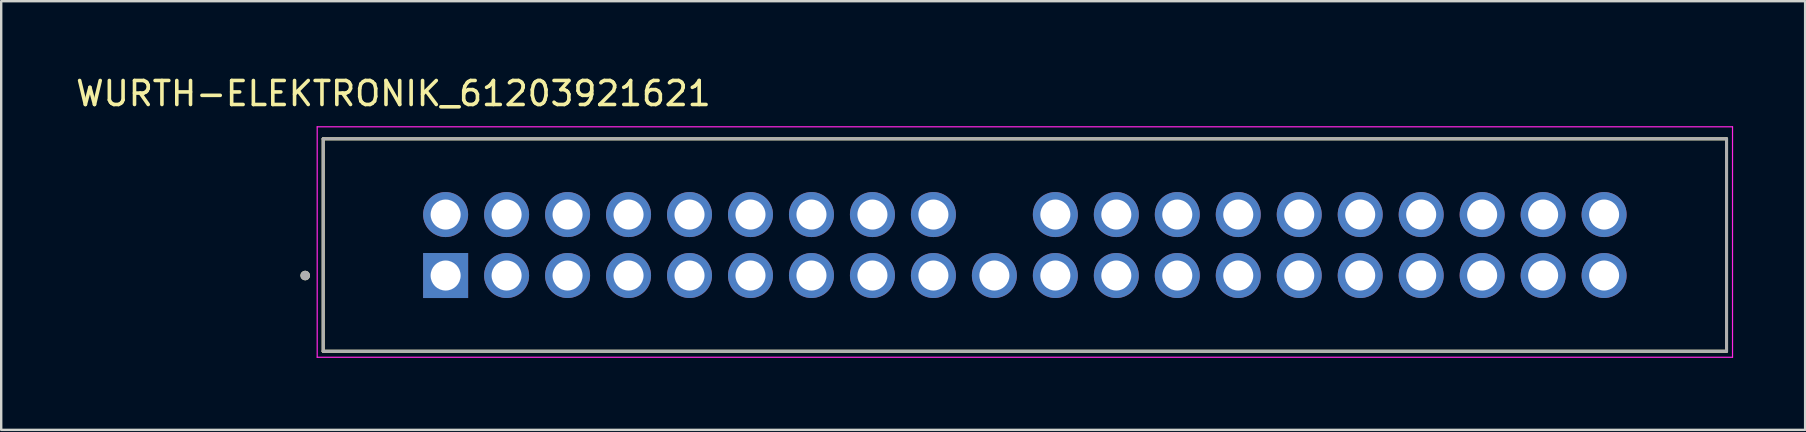
<source format=kicad_pcb>
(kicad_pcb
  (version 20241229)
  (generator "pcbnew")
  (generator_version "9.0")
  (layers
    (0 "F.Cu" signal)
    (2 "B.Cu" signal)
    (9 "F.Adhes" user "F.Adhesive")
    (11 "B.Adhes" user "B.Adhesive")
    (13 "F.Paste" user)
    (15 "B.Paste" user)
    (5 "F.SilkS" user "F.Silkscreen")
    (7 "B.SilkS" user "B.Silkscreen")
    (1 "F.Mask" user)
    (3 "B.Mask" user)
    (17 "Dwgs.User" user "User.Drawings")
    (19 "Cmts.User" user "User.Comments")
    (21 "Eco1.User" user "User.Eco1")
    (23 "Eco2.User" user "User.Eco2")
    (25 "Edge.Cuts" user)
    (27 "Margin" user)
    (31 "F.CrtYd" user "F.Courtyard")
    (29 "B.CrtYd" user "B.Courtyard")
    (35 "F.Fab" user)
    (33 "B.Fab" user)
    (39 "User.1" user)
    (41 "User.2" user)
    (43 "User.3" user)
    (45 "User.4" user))
  (footprint "WURTH-ELEKTRONIK_61203921621"
    (layer "F.Cu")
    (at 39.644 7.158)
    (property "Reference" "WURTH-ELEKTRONIK_61203921621" (at -26.305 -6.31 0) (layer "F.SilkS") (effects (font (size 1 1) (thickness 0.15))))
    (attr through_hole)
    (fp_line (start -29.23 -4.425) (end 29.23 -4.425) (stroke (width 0.127) (type solid)) (layer "F.SilkS"))
    (fp_line (start -29.23 4.425) (end -29.23 -4.425) (stroke (width 0.127) (type solid)) (layer "F.SilkS"))
    (fp_line (start 29.23 -4.425) (end 29.23 4.425) (stroke (width 0.127) (type solid)) (layer "F.SilkS"))
    (fp_line (start 29.23 4.425) (end -29.23 4.425) (stroke (width 0.127) (type solid)) (layer "F.SilkS"))
    (fp_circle (center -29.98 1.27) (end -29.88 1.27) (stroke (width 0.2) (type solid)) (fill no) (layer "F.SilkS"))
    (fp_line (start -29.48 -4.925) (end -29.48 4.675) (stroke (width 0.05) (type solid)) (layer "F.CrtYd"))
    (fp_line (start -29.48 4.675) (end 29.48 4.675) (stroke (width 0.05) (type solid)) (layer "F.CrtYd"))
    (fp_line (start 29.48 -4.925) (end -29.48 -4.925) (stroke (width 0.05) (type solid)) (layer "F.CrtYd"))
    (fp_line (start 29.48 4.675) (end 29.48 -4.925) (stroke (width 0.05) (type solid)) (layer "F.CrtYd"))
    (fp_line (start -29.23 -4.425) (end 29.23 -4.425) (stroke (width 0.127) (type solid)) (layer "F.Fab"))
    (fp_line (start -29.23 4.425) (end -29.23 -4.425) (stroke (width 0.127) (type solid)) (layer "F.Fab"))
    (fp_line (start 29.23 -4.425) (end 29.23 4.425) (stroke (width 0.127) (type solid)) (layer "F.Fab"))
    (fp_line (start 29.23 4.425) (end -29.23 4.425) (stroke (width 0.127) (type solid)) (layer "F.Fab"))
    (fp_circle (center -29.98 1.27) (end -29.88 1.27) (stroke (width 0.2) (type solid)) (fill no) (layer "F.Fab"))
    (pad "1" thru_hole rect (at -24.13 1.27) (size 1.875 1.875) (drill 1.25) (layers "*.Cu" "*.Mask"))
    (pad "2" thru_hole circle (at -24.13 -1.27) (size 1.875 1.875) (drill 1.25) (layers "*.Cu" "*.Mask"))
    (pad "3" thru_hole circle (at -21.59 1.27) (size 1.875 1.875) (drill 1.25) (layers "*.Cu" "*.Mask"))
    (pad "4" thru_hole circle (at -21.59 -1.27) (size 1.875 1.875) (drill 1.25) (layers "*.Cu" "*.Mask"))
    (pad "5" thru_hole circle (at -19.05 1.27) (size 1.875 1.875) (drill 1.25) (layers "*.Cu" "*.Mask"))
    (pad "6" thru_hole circle (at -19.05 -1.27) (size 1.875 1.875) (drill 1.25) (layers "*.Cu" "*.Mask"))
    (pad "7" thru_hole circle (at -16.51 1.27) (size 1.875 1.875) (drill 1.25) (layers "*.Cu" "*.Mask"))
    (pad "8" thru_hole circle (at -16.51 -1.27) (size 1.875 1.875) (drill 1.25) (layers "*.Cu" "*.Mask"))
    (pad "9" thru_hole circle (at -13.97 1.27) (size 1.875 1.875) (drill 1.25) (layers "*.Cu" "*.Mask"))
    (pad "10" thru_hole circle (at -13.97 -1.27) (size 1.875 1.875) (drill 1.25) (layers "*.Cu" "*.Mask"))
    (pad "11" thru_hole circle (at -11.43 1.27) (size 1.875 1.875) (drill 1.25) (layers "*.Cu" "*.Mask"))
    (pad "12" thru_hole circle (at -11.43 -1.27) (size 1.875 1.875) (drill 1.25) (layers "*.Cu" "*.Mask"))
    (pad "13" thru_hole circle (at -8.89 1.27) (size 1.875 1.875) (drill 1.25) (layers "*.Cu" "*.Mask"))
    (pad "14" thru_hole circle (at -8.89 -1.27) (size 1.875 1.875) (drill 1.25) (layers "*.Cu" "*.Mask"))
    (pad "15" thru_hole circle (at -6.35 1.27) (size 1.875 1.875) (drill 1.25) (layers "*.Cu" "*.Mask"))
    (pad "16" thru_hole circle (at -6.35 -1.27) (size 1.875 1.875) (drill 1.25) (layers "*.Cu" "*.Mask"))
    (pad "17" thru_hole circle (at -3.81 1.27) (size 1.875 1.875) (drill 1.25) (layers "*.Cu" "*.Mask"))
    (pad "18" thru_hole circle (at -3.81 -1.27) (size 1.875 1.875) (drill 1.25) (layers "*.Cu" "*.Mask"))
    (pad "19" thru_hole circle (at -1.27 1.27) (size 1.875 1.875) (drill 1.25) (layers "*.Cu" "*.Mask"))
    (pad "21" thru_hole circle (at 1.27 1.27) (size 1.875 1.875) (drill 1.25) (layers "*.Cu" "*.Mask"))
    (pad "22" thru_hole circle (at 1.27 -1.27) (size 1.875 1.875) (drill 1.25) (layers "*.Cu" "*.Mask"))
    (pad "23" thru_hole circle (at 3.81 1.27) (size 1.875 1.875) (drill 1.25) (layers "*.Cu" "*.Mask"))
    (pad "24" thru_hole circle (at 3.81 -1.27) (size 1.875 1.875) (drill 1.25) (layers "*.Cu" "*.Mask"))
    (pad "25" thru_hole circle (at 6.35 1.27) (size 1.875 1.875) (drill 1.25) (layers "*.Cu" "*.Mask"))
    (pad "26" thru_hole circle (at 6.35 -1.27) (size 1.875 1.875) (drill 1.25) (layers "*.Cu" "*.Mask"))
    (pad "27" thru_hole circle (at 8.89 1.27) (size 1.875 1.875) (drill 1.25) (layers "*.Cu" "*.Mask"))
    (pad "28" thru_hole circle (at 8.89 -1.27) (size 1.875 1.875) (drill 1.25) (layers "*.Cu" "*.Mask"))
    (pad "29" thru_hole circle (at 11.43 1.27) (size 1.875 1.875) (drill 1.25) (layers "*.Cu" "*.Mask"))
    (pad "30" thru_hole circle (at 11.43 -1.27) (size 1.875 1.875) (drill 1.25) (layers "*.Cu" "*.Mask"))
    (pad "31" thru_hole circle (at 13.97 1.27) (size 1.875 1.875) (drill 1.25) (layers "*.Cu" "*.Mask"))
    (pad "32" thru_hole circle (at 13.97 -1.27) (size 1.875 1.875) (drill 1.25) (layers "*.Cu" "*.Mask"))
    (pad "33" thru_hole circle (at 16.51 1.27) (size 1.875 1.875) (drill 1.25) (layers "*.Cu" "*.Mask"))
    (pad "34" thru_hole circle (at 16.51 -1.27) (size 1.875 1.875) (drill 1.25) (layers "*.Cu" "*.Mask"))
    (pad "35" thru_hole circle (at 19.05 1.27) (size 1.875 1.875) (drill 1.25) (layers "*.Cu" "*.Mask"))
    (pad "36" thru_hole circle (at 19.05 -1.27) (size 1.875 1.875) (drill 1.25) (layers "*.Cu" "*.Mask"))
    (pad "37" thru_hole circle (at 21.59 1.27) (size 1.875 1.875) (drill 1.25) (layers "*.Cu" "*.Mask"))
    (pad "38" thru_hole circle (at 21.59 -1.27) (size 1.875 1.875) (drill 1.25) (layers "*.Cu" "*.Mask"))
    (pad "39" thru_hole circle (at 24.13 1.27) (size 1.875 1.875) (drill 1.25) (layers "*.Cu" "*.Mask"))
    (pad "40" thru_hole circle (at 24.13 -1.27) (size 1.875 1.875) (drill 1.25) (layers "*.Cu" "*.Mask")))
  (gr_rect
    (start -3 -3)
    (end 72.149 14.858)
    (stroke (width 0.1) (type default))
    (fill no)
    (layer "Edge.Cuts")))
</source>
